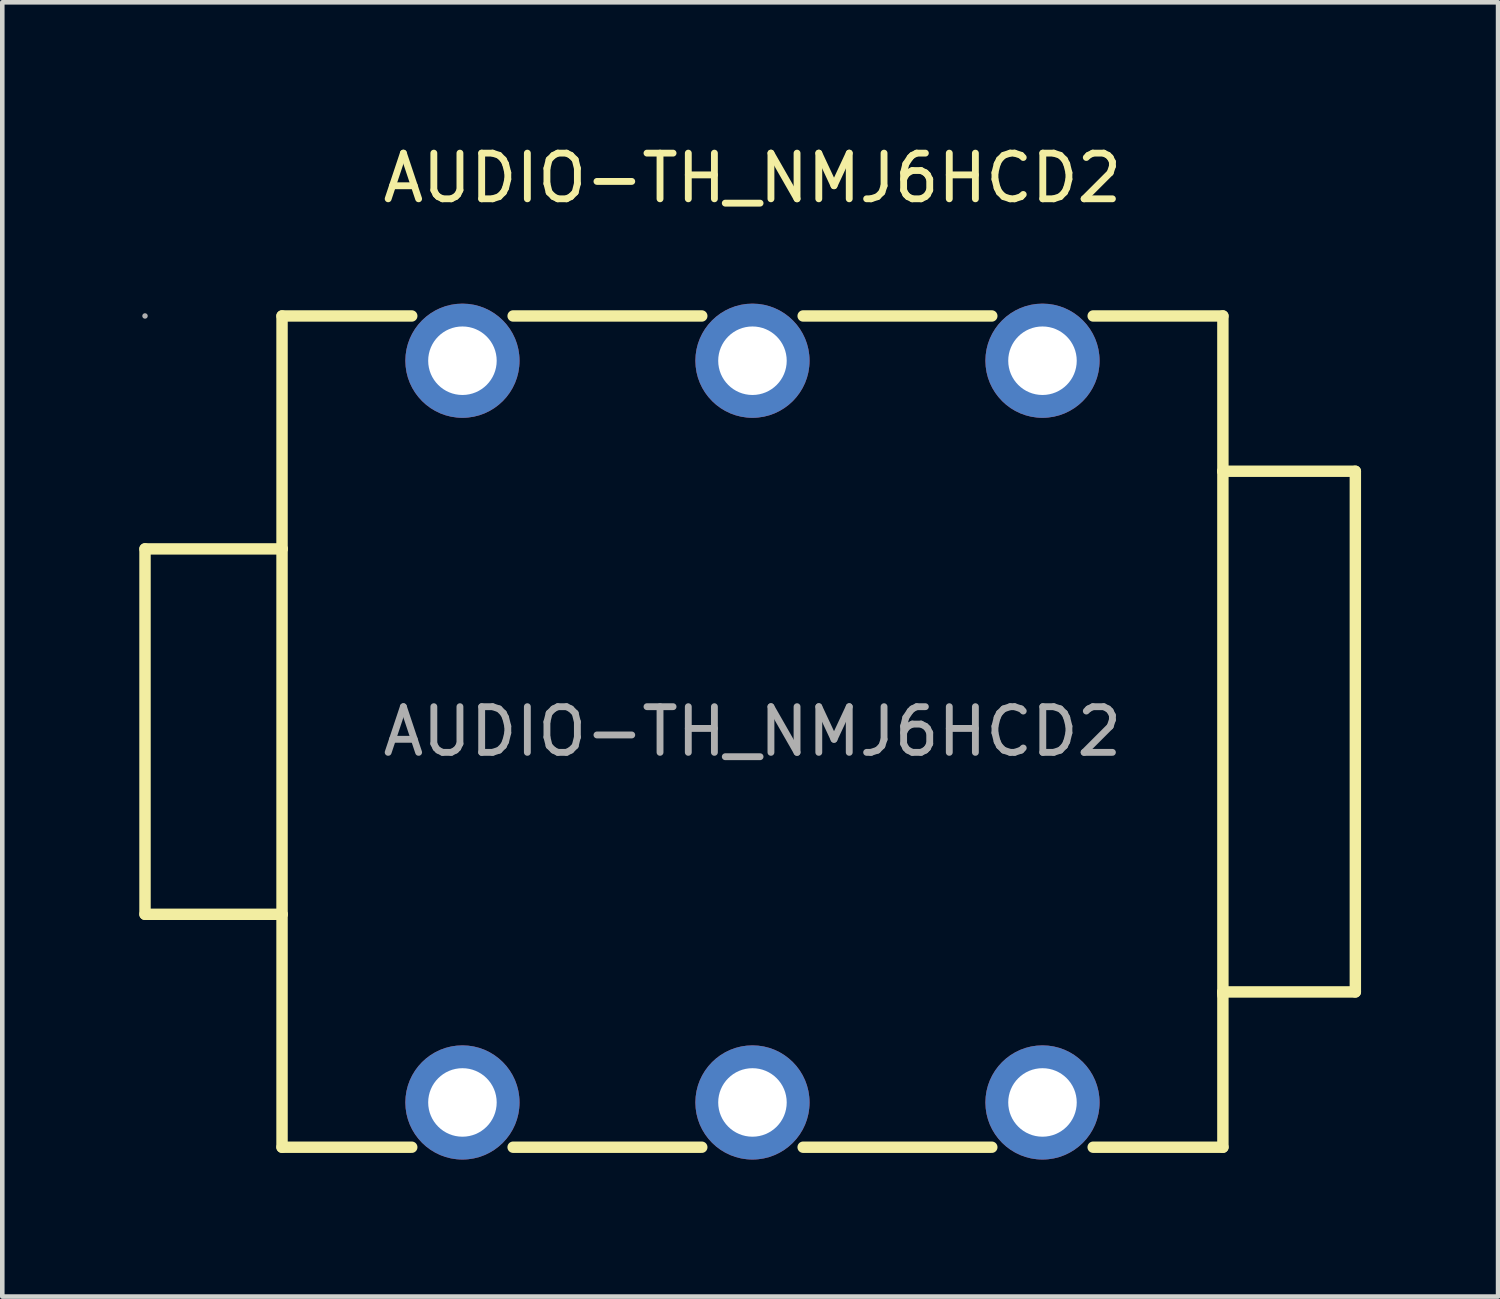
<source format=kicad_pcb>
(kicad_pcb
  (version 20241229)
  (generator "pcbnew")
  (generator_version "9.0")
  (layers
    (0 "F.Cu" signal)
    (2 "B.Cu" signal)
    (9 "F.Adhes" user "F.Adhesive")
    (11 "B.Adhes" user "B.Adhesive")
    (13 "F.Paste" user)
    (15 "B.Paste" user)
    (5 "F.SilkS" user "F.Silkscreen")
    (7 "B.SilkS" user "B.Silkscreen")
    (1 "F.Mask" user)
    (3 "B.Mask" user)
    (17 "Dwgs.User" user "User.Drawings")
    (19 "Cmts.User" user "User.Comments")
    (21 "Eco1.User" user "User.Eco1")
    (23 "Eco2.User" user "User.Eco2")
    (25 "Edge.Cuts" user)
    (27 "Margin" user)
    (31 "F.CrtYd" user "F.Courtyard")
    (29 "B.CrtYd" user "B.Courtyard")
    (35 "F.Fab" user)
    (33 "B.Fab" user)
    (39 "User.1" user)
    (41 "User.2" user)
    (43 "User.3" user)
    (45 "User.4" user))
  (footprint "AUDIO-TH_NMJ6HCD2"
    (layer "F.Cu")
    (at 13.425 12.968)
    (property "Reference" "AUDIO-TH_NMJ6HCD2" (at 0 -12.12 0) (layer "F.SilkS") (effects (font (size 1 1) (thickness 0.15))))
    (attr through_hole)
    (fp_line (start -13.3 -4) (end -10.3 -4) (stroke (width 0.25) (type solid)) (layer "F.SilkS"))
    (fp_line (start -13.3 4) (end -13.3 -4) (stroke (width 0.25) (type solid)) (layer "F.SilkS"))
    (fp_line (start -10.3 -9.1) (end -7.46 -9.1) (stroke (width 0.25) (type solid)) (layer "F.SilkS"))
    (fp_line (start -10.3 -4) (end -10.3 -9.1) (stroke (width 0.25) (type solid)) (layer "F.SilkS"))
    (fp_line (start -10.3 -4) (end -10.3 4) (stroke (width 0.25) (type solid)) (layer "F.SilkS"))
    (fp_line (start -10.3 4) (end -13.3 4) (stroke (width 0.25) (type solid)) (layer "F.SilkS"))
    (fp_line (start -10.3 9.1) (end -10.3 4) (stroke (width 0.25) (type solid)) (layer "F.SilkS"))
    (fp_line (start -7.46 9.1) (end -10.3 9.1) (stroke (width 0.25) (type solid)) (layer "F.SilkS"))
    (fp_line (start -5.24 -9.1) (end -1.11 -9.1) (stroke (width 0.25) (type solid)) (layer "F.SilkS"))
    (fp_line (start -1.11 9.1) (end -5.24 9.1) (stroke (width 0.25) (type solid)) (layer "F.SilkS"))
    (fp_line (start 1.11 -9.1) (end 5.24 -9.1) (stroke (width 0.25) (type solid)) (layer "F.SilkS"))
    (fp_line (start 5.24 9.1) (end 1.11 9.1) (stroke (width 0.25) (type solid)) (layer "F.SilkS"))
    (fp_line (start 7.46 -9.1) (end 10.3 -9.1) (stroke (width 0.25) (type solid)) (layer "F.SilkS"))
    (fp_line (start 10.3 -9.1) (end 10.3 -5.7) (stroke (width 0.25) (type solid)) (layer "F.SilkS"))
    (fp_line (start 10.3 -5.7) (end 10.3 5.77) (stroke (width 0.25) (type solid)) (layer "F.SilkS"))
    (fp_line (start 10.3 -5.7) (end 13.2 -5.7) (stroke (width 0.25) (type solid)) (layer "F.SilkS"))
    (fp_line (start 10.3 5.7) (end 10.3 9.1) (stroke (width 0.25) (type solid)) (layer "F.SilkS"))
    (fp_line (start 10.3 9.1) (end 7.46 9.1) (stroke (width 0.25) (type solid)) (layer "F.SilkS"))
    (fp_line (start 13.2 -5.7) (end 13.2 5.7) (stroke (width 0.25) (type solid)) (layer "F.SilkS"))
    (fp_line (start 13.2 5.7) (end 10.3 5.7) (stroke (width 0.25) (type solid)) (layer "F.SilkS"))
    (fp_circle (center -13.3 -9.1) (end -13.27 -9.1) (stroke (width 0.06) (type solid)) (fill no) (layer "F.Fab"))
    (fp_text user "${REFERENCE}" (at 0 0 0) (layer "F.Fab") (effects (font (size 1 1) (thickness 0.15))))
    (pad "1" thru_hole circle (at -6.35 -8.12) (size 2.5 2.5) (drill 1.5) (layers "*.Cu" "*.Mask"))
    (pad "2" thru_hole circle (at 0 -8.12) (size 2.5 2.5) (drill 1.5) (layers "*.Cu" "*.Mask"))
    (pad "3" thru_hole circle (at 6.35 -8.12) (size 2.5 2.5) (drill 1.5) (layers "*.Cu" "*.Mask"))
    (pad "4" thru_hole circle (at -6.35 8.12) (size 2.5 2.5) (drill 1.5) (layers "*.Cu" "*.Mask"))
    (pad "5" thru_hole circle (at 0 8.12) (size 2.5 2.5) (drill 1.5) (layers "*.Cu" "*.Mask"))
    (pad "6" thru_hole circle (at 6.35 8.12) (size 2.5 2.5) (drill 1.5) (layers "*.Cu" "*.Mask")))
  (gr_rect
    (start -3 -3)
    (end 29.75 25.338)
    (stroke (width 0.1) (type default))
    (fill no)
    (layer "Edge.Cuts")))
</source>
